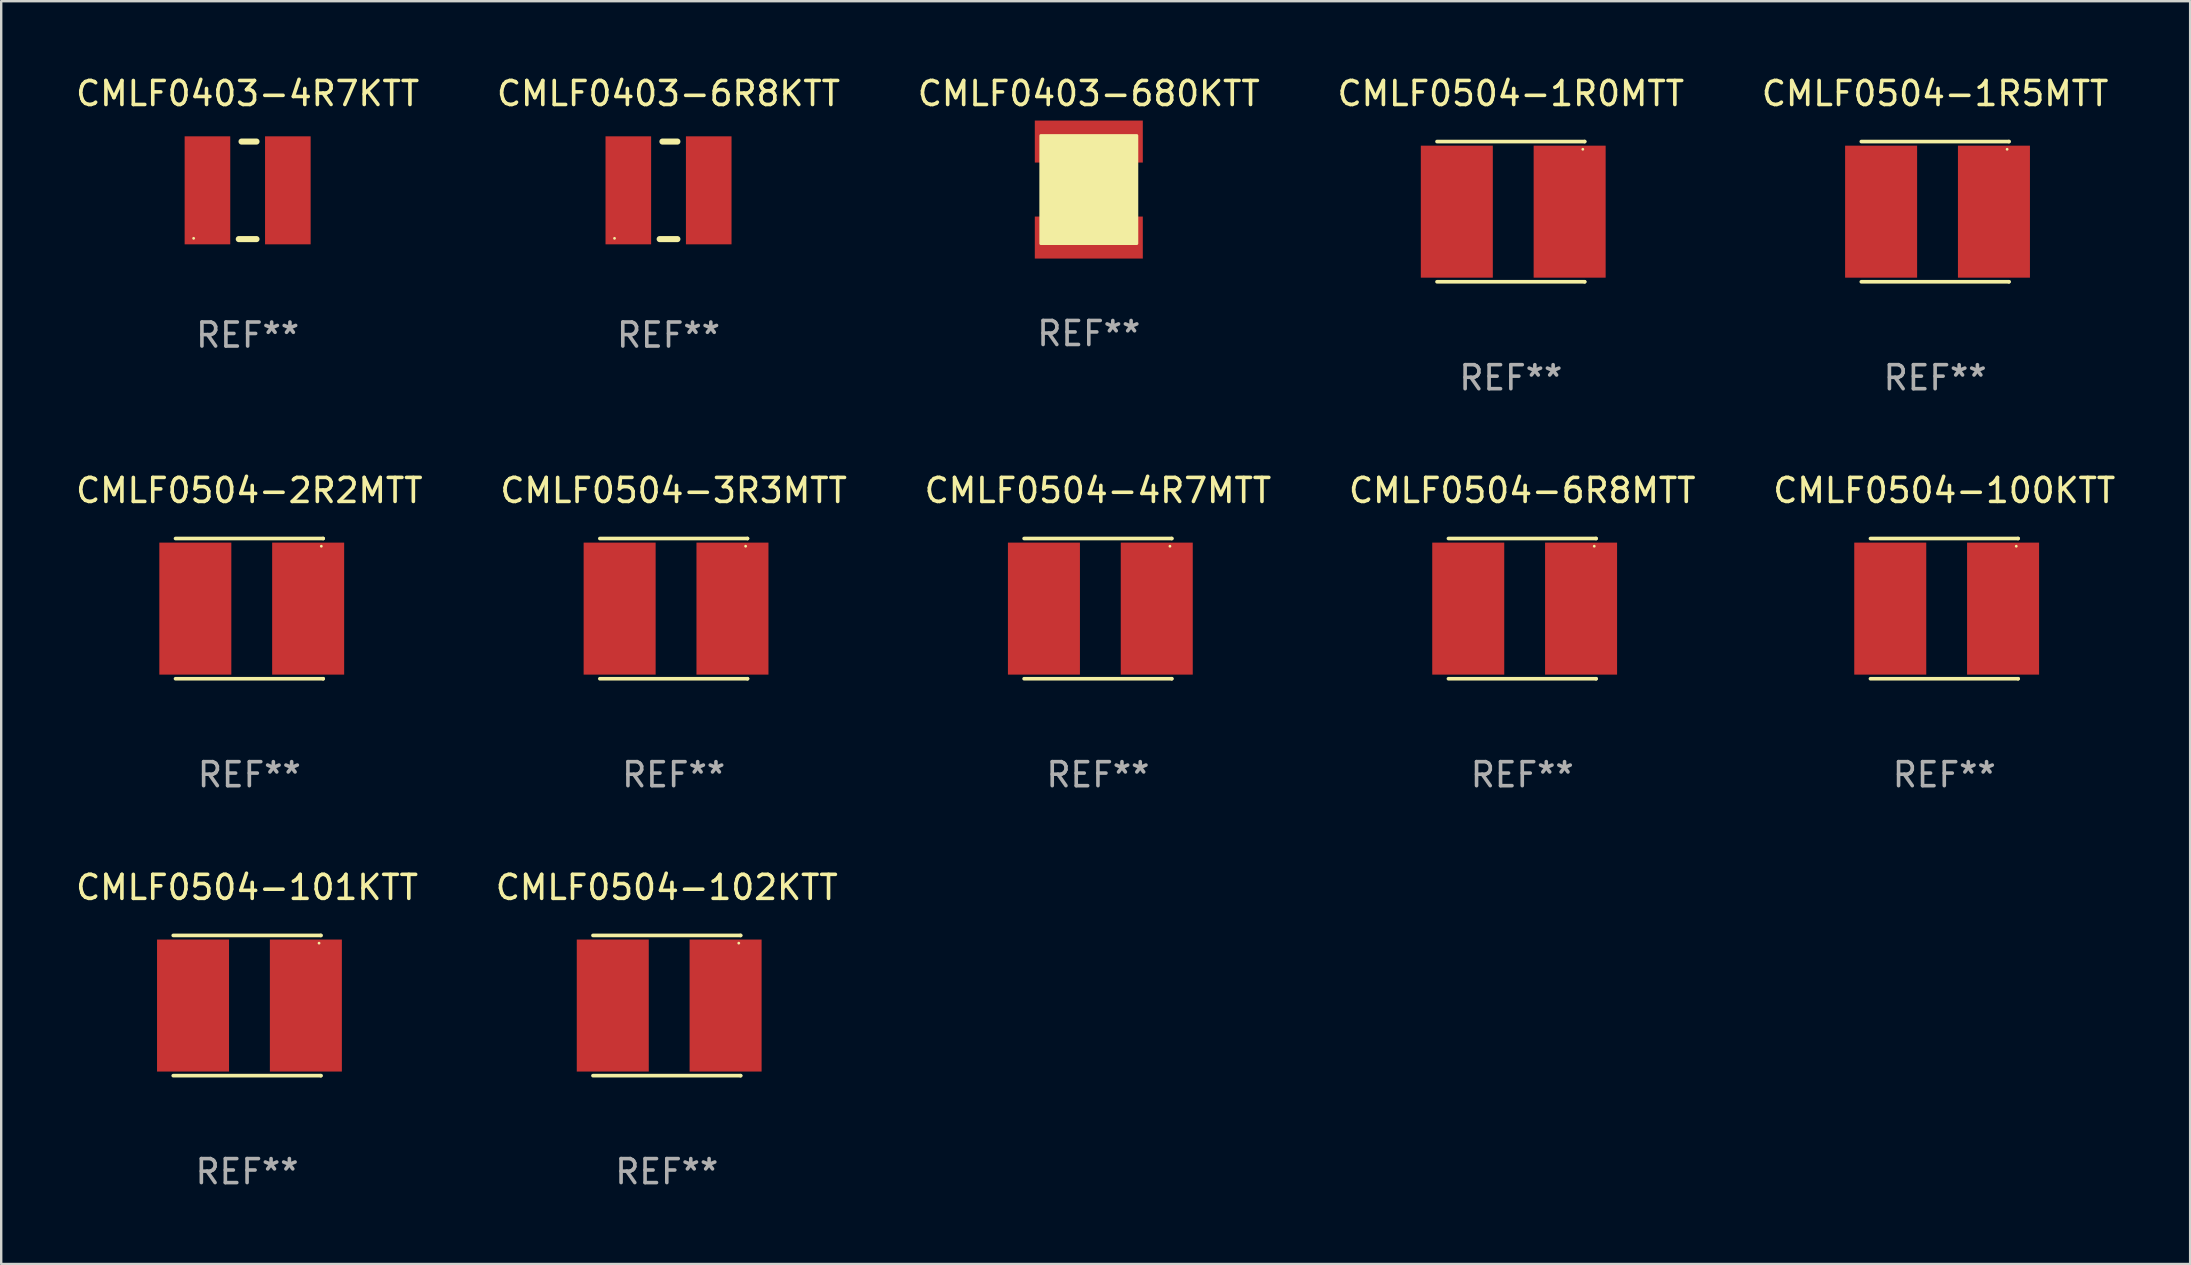
<source format=kicad_pcb>
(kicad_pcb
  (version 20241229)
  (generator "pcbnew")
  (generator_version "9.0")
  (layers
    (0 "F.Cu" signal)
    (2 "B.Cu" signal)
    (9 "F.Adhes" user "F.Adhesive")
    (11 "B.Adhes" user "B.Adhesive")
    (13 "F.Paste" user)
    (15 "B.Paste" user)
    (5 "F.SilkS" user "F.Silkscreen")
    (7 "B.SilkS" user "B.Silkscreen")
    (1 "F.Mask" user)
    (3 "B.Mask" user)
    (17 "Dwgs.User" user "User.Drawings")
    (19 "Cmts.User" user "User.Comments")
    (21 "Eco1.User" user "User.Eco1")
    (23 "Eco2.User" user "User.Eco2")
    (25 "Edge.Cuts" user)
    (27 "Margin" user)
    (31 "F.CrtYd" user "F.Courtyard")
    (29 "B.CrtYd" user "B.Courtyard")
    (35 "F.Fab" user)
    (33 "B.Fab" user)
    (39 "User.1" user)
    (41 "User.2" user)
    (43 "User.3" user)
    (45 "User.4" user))
  (footprint "CMLF0504-2R2MTT"
    (layer "F.Cu")
    (at 7.339 22.308)
    (property "Reference" "CMLF0504-2R2MTT" (at 0 -4.921 0) (layer "F.SilkS") (effects (font (size 1 1) (thickness 0.15))))
    (attr through_hole)
    (fp_line (start -3.076 2.921) (end 3.076 2.921) (stroke (width 0.152) (type solid)) (layer "F.SilkS"))
    (fp_line (start -3.076 -2.921) (end 3.076 -2.921) (stroke (width 0.152) (type solid)) (layer "F.SilkS"))
    (fp_line (start 3.076 2.921) (end 3.076 2.921) (stroke (width 0.152) (type solid)) (layer "F.SilkS"))
    (fp_line (start 3.076 -2.921) (end 3.076 -2.921) (stroke (width 0.152) (type solid)) (layer "F.SilkS"))
    (fp_circle (center 2.999 -2.6) (end 3.029 -2.6) (stroke (width 0.06) (type solid)) (fill no) (layer "F.SilkS"))
    (fp_text user "REF**" (at 0 6.921 0) (layer "F.Fab") (effects (font (size 1 1) (thickness 0.15))))
    (pad "1" smd rect (at 2.45 -0.000013) (size 3 5.5) (layers "F.Cu" "F.Mask" "F.Paste"))
    (pad "2" smd rect (at -2.251 -0.000013) (size 3 5.5) (layers "F.Cu" "F.Mask" "F.Paste")))
  (footprint "CMLF0504-102KTT"
    (layer "F.Cu")
    (at 24.732 38.846)
    (property "Reference" "CMLF0504-102KTT" (at 0 -4.921 0) (layer "F.SilkS") (effects (font (size 1 1) (thickness 0.15))))
    (attr through_hole)
    (fp_line (start -3.076 2.921) (end 3.076 2.921) (stroke (width 0.152) (type solid)) (layer "F.SilkS"))
    (fp_line (start -3.076 -2.921) (end 3.076 -2.921) (stroke (width 0.152) (type solid)) (layer "F.SilkS"))
    (fp_line (start 3.076 2.921) (end 3.076 2.921) (stroke (width 0.152) (type solid)) (layer "F.SilkS"))
    (fp_line (start 3.076 -2.921) (end 3.076 -2.921) (stroke (width 0.152) (type solid)) (layer "F.SilkS"))
    (fp_circle (center 2.999 -2.6) (end 3.029 -2.6) (stroke (width 0.06) (type solid)) (fill no) (layer "F.SilkS"))
    (fp_text user "REF**" (at 0 6.921 0) (layer "F.Fab") (effects (font (size 1 1) (thickness 0.15))))
    (pad "1" smd rect (at 2.45 -0.000013) (size 3 5.5) (layers "F.Cu" "F.Mask" "F.Paste"))
    (pad "2" smd rect (at -2.251 -0.000013) (size 3 5.5) (layers "F.Cu" "F.Mask" "F.Paste")))
  (footprint "CMLF0403-4R7KTT"
    (layer "F.Cu")
    (at 7.268 4.88)
    (property "Reference" "CMLF0403-4R7KTT" (at 0 -4.032 0) (layer "F.SilkS") (effects (font (size 1 1) (thickness 0.15))))
    (attr through_hole)
    (fp_line (start -0.369 2.032) (end 0.369 2.032) (stroke (width 0.254) (type solid)) (layer "F.SilkS"))
    (fp_line (start -0.254 -2.032) (end 0.369 -2.032) (stroke (width 0.254) (type solid)) (layer "F.SilkS"))
    (fp_circle (center -2.25 2) (end -2.22 2) (stroke (width 0.06) (type solid)) (fill no) (layer "F.SilkS"))
    (fp_text user "REF**" (at 0 6.032 0) (layer "F.Fab") (effects (font (size 1 1) (thickness 0.15))))
    (pad "1" smd rect (at -1.675 0 90) (size 4.5 1.9) (layers "F.Cu" "F.Mask" "F.Paste"))
    (pad "2" smd rect (at 1.675 0 90) (size 4.5 1.9) (layers "F.Cu" "F.Mask" "F.Paste")))
  (footprint "CMLF0504-6R8MTT"
    (layer "F.Cu")
    (at 60.375 22.308)
    (property "Reference" "CMLF0504-6R8MTT" (at 0 -4.921 0) (layer "F.SilkS") (effects (font (size 1 1) (thickness 0.15))))
    (attr through_hole)
    (fp_line (start -3.076 2.921) (end 3.076 2.921) (stroke (width 0.152) (type solid)) (layer "F.SilkS"))
    (fp_line (start -3.076 -2.921) (end 3.076 -2.921) (stroke (width 0.152) (type solid)) (layer "F.SilkS"))
    (fp_line (start 3.076 2.921) (end 3.076 2.921) (stroke (width 0.152) (type solid)) (layer "F.SilkS"))
    (fp_line (start 3.076 -2.921) (end 3.076 -2.921) (stroke (width 0.152) (type solid)) (layer "F.SilkS"))
    (fp_circle (center 2.999 -2.6) (end 3.029 -2.6) (stroke (width 0.06) (type solid)) (fill no) (layer "F.SilkS"))
    (fp_text user "REF**" (at 0 6.921 0) (layer "F.Fab") (effects (font (size 1 1) (thickness 0.15))))
    (pad "1" smd rect (at 2.45 -0.000013) (size 3 5.5) (layers "F.Cu" "F.Mask" "F.Paste"))
    (pad "2" smd rect (at -2.251 -0.000013) (size 3 5.5) (layers "F.Cu" "F.Mask" "F.Paste")))
  (footprint "CMLF0504-101KTT"
    (layer "F.Cu")
    (at 7.244 38.846)
    (property "Reference" "CMLF0504-101KTT" (at 0 -4.921 0) (layer "F.SilkS") (effects (font (size 1 1) (thickness 0.15))))
    (attr through_hole)
    (fp_line (start -3.076 2.921) (end 3.076 2.921) (stroke (width 0.152) (type solid)) (layer "F.SilkS"))
    (fp_line (start -3.076 -2.921) (end 3.076 -2.921) (stroke (width 0.152) (type solid)) (layer "F.SilkS"))
    (fp_line (start 3.076 2.921) (end 3.076 2.921) (stroke (width 0.152) (type solid)) (layer "F.SilkS"))
    (fp_line (start 3.076 -2.921) (end 3.076 -2.921) (stroke (width 0.152) (type solid)) (layer "F.SilkS"))
    (fp_circle (center 2.999 -2.6) (end 3.029 -2.6) (stroke (width 0.06) (type solid)) (fill no) (layer "F.SilkS"))
    (fp_text user "REF**" (at 0 6.921 0) (layer "F.Fab") (effects (font (size 1 1) (thickness 0.15))))
    (pad "1" smd rect (at 2.45 -0.000013) (size 3 5.5) (layers "F.Cu" "F.Mask" "F.Paste"))
    (pad "2" smd rect (at -2.251 -0.000013) (size 3 5.5) (layers "F.Cu" "F.Mask" "F.Paste")))
  (footprint "CMLF0504-100KTT"
    (layer "F.Cu")
    (at 77.958 22.308)
    (property "Reference" "CMLF0504-100KTT" (at 0 -4.921 0) (layer "F.SilkS") (effects (font (size 1 1) (thickness 0.15))))
    (attr through_hole)
    (fp_line (start -3.076 2.921) (end 3.076 2.921) (stroke (width 0.152) (type solid)) (layer "F.SilkS"))
    (fp_line (start -3.076 -2.921) (end 3.076 -2.921) (stroke (width 0.152) (type solid)) (layer "F.SilkS"))
    (fp_line (start 3.076 2.921) (end 3.076 2.921) (stroke (width 0.152) (type solid)) (layer "F.SilkS"))
    (fp_line (start 3.076 -2.921) (end 3.076 -2.921) (stroke (width 0.152) (type solid)) (layer "F.SilkS"))
    (fp_circle (center 2.999 -2.6) (end 3.029 -2.6) (stroke (width 0.06) (type solid)) (fill no) (layer "F.SilkS"))
    (fp_text user "REF**" (at 0 6.921 0) (layer "F.Fab") (effects (font (size 1 1) (thickness 0.15))))
    (pad "1" smd rect (at 2.45 -0.000013) (size 3 5.5) (layers "F.Cu" "F.Mask" "F.Paste"))
    (pad "2" smd rect (at -2.251 -0.000013) (size 3 5.5) (layers "F.Cu" "F.Mask" "F.Paste")))
  (footprint "CMLF0504-4R7MTT"
    (layer "F.Cu")
    (at 42.696 22.308)
    (property "Reference" "CMLF0504-4R7MTT" (at 0 -4.921 0) (layer "F.SilkS") (effects (font (size 1 1) (thickness 0.15))))
    (attr through_hole)
    (fp_line (start -3.076 2.921) (end 3.076 2.921) (stroke (width 0.152) (type solid)) (layer "F.SilkS"))
    (fp_line (start -3.076 -2.921) (end 3.076 -2.921) (stroke (width 0.152) (type solid)) (layer "F.SilkS"))
    (fp_line (start 3.076 2.921) (end 3.076 2.921) (stroke (width 0.152) (type solid)) (layer "F.SilkS"))
    (fp_line (start 3.076 -2.921) (end 3.076 -2.921) (stroke (width 0.152) (type solid)) (layer "F.SilkS"))
    (fp_circle (center 2.999 -2.6) (end 3.029 -2.6) (stroke (width 0.06) (type solid)) (fill no) (layer "F.SilkS"))
    (fp_text user "REF**" (at 0 6.921 0) (layer "F.Fab") (effects (font (size 1 1) (thickness 0.15))))
    (pad "1" smd rect (at 2.45 -0.000013) (size 3 5.5) (layers "F.Cu" "F.Mask" "F.Paste"))
    (pad "2" smd rect (at -2.251 -0.000013) (size 3 5.5) (layers "F.Cu" "F.Mask" "F.Paste")))
  (footprint "CMLF0403-680KTT"
    (layer "F.Cu")
    (at 42.315 4.848)
    (property "Reference" "CMLF0403-680KTT" (at 0 -4 0) (layer "F.SilkS") (effects (font (size 1 1) (thickness 0.15))))
    (attr through_hole)
    (fp_poly (pts (xy -2 -2.25) (xy 2 -2.25) (xy 2 2.25) (xy -2 2.25)) (stroke (width 0.12) (type solid)) (fill yes) (layer "F.SilkS"))
    (fp_text user "REF**" (at 0 6 0) (layer "F.Fab") (effects (font (size 1 1) (thickness 0.15))))
    (pad "1" smd rect (at 0 2 90) (size 1.75 4.5) (layers "F.Cu" "F.Mask" "F.Paste"))
    (pad "2" smd rect (at 0 -2 90) (size 1.75 4.5) (layers "F.Cu" "F.Mask" "F.Paste")))
  (footprint "CMLF0504-3R3MTT"
    (layer "F.Cu")
    (at 25.018 22.308)
    (property "Reference" "CMLF0504-3R3MTT" (at 0 -4.921 0) (layer "F.SilkS") (effects (font (size 1 1) (thickness 0.15))))
    (attr through_hole)
    (fp_line (start -3.076 2.921) (end 3.076 2.921) (stroke (width 0.152) (type solid)) (layer "F.SilkS"))
    (fp_line (start -3.076 -2.921) (end 3.076 -2.921) (stroke (width 0.152) (type solid)) (layer "F.SilkS"))
    (fp_line (start 3.076 2.921) (end 3.076 2.921) (stroke (width 0.152) (type solid)) (layer "F.SilkS"))
    (fp_line (start 3.076 -2.921) (end 3.076 -2.921) (stroke (width 0.152) (type solid)) (layer "F.SilkS"))
    (fp_circle (center 2.999 -2.6) (end 3.029 -2.6) (stroke (width 0.06) (type solid)) (fill no) (layer "F.SilkS"))
    (fp_text user "REF**" (at 0 6.921 0) (layer "F.Fab") (effects (font (size 1 1) (thickness 0.15))))
    (pad "1" smd rect (at 2.45 -0.000013) (size 3 5.5) (layers "F.Cu" "F.Mask" "F.Paste"))
    (pad "2" smd rect (at -2.251 -0.000013) (size 3 5.5) (layers "F.Cu" "F.Mask" "F.Paste")))
  (footprint "CMLF0504-1R0MTT"
    (layer "F.Cu")
    (at 59.899 5.769)
    (property "Reference" "CMLF0504-1R0MTT" (at 0 -4.921 0) (layer "F.SilkS") (effects (font (size 1 1) (thickness 0.15))))
    (attr through_hole)
    (fp_line (start -3.076 2.921) (end 3.076 2.921) (stroke (width 0.152) (type solid)) (layer "F.SilkS"))
    (fp_line (start -3.076 -2.921) (end 3.076 -2.921) (stroke (width 0.152) (type solid)) (layer "F.SilkS"))
    (fp_line (start 3.076 2.921) (end 3.076 2.921) (stroke (width 0.152) (type solid)) (layer "F.SilkS"))
    (fp_line (start 3.076 -2.921) (end 3.076 -2.921) (stroke (width 0.152) (type solid)) (layer "F.SilkS"))
    (fp_circle (center 2.999 -2.6) (end 3.029 -2.6) (stroke (width 0.06) (type solid)) (fill no) (layer "F.SilkS"))
    (fp_text user "REF**" (at 0 6.921 0) (layer "F.Fab") (effects (font (size 1 1) (thickness 0.15))))
    (pad "1" smd rect (at 2.45 -0.000013) (size 3 5.5) (layers "F.Cu" "F.Mask" "F.Paste"))
    (pad "2" smd rect (at -2.251 -0.000013) (size 3 5.5) (layers "F.Cu" "F.Mask" "F.Paste")))
  (footprint "CMLF0504-1R5MTT"
    (layer "F.Cu")
    (at 77.577 5.769)
    (property "Reference" "CMLF0504-1R5MTT" (at 0 -4.921 0) (layer "F.SilkS") (effects (font (size 1 1) (thickness 0.15))))
    (attr through_hole)
    (fp_line (start -3.076 2.921) (end 3.076 2.921) (stroke (width 0.152) (type solid)) (layer "F.SilkS"))
    (fp_line (start -3.076 -2.921) (end 3.076 -2.921) (stroke (width 0.152) (type solid)) (layer "F.SilkS"))
    (fp_line (start 3.076 2.921) (end 3.076 2.921) (stroke (width 0.152) (type solid)) (layer "F.SilkS"))
    (fp_line (start 3.076 -2.921) (end 3.076 -2.921) (stroke (width 0.152) (type solid)) (layer "F.SilkS"))
    (fp_circle (center 2.999 -2.6) (end 3.029 -2.6) (stroke (width 0.06) (type solid)) (fill no) (layer "F.SilkS"))
    (fp_text user "REF**" (at 0 6.921 0) (layer "F.Fab") (effects (font (size 1 1) (thickness 0.15))))
    (pad "1" smd rect (at 2.45 -0.000013) (size 3 5.5) (layers "F.Cu" "F.Mask" "F.Paste"))
    (pad "2" smd rect (at -2.251 -0.000013) (size 3 5.5) (layers "F.Cu" "F.Mask" "F.Paste")))
  (footprint "CMLF0403-6R8KTT"
    (layer "F.Cu")
    (at 24.804 4.88)
    (property "Reference" "CMLF0403-6R8KTT" (at 0 -4.032 0) (layer "F.SilkS") (effects (font (size 1 1) (thickness 0.15))))
    (attr through_hole)
    (fp_line (start -0.369 2.032) (end 0.369 2.032) (stroke (width 0.254) (type solid)) (layer "F.SilkS"))
    (fp_line (start -0.254 -2.032) (end 0.369 -2.032) (stroke (width 0.254) (type solid)) (layer "F.SilkS"))
    (fp_circle (center -2.25 2) (end -2.22 2) (stroke (width 0.06) (type solid)) (fill no) (layer "F.SilkS"))
    (fp_text user "REF**" (at 0 6.032 0) (layer "F.Fab") (effects (font (size 1 1) (thickness 0.15))))
    (pad "1" smd rect (at -1.675 0 90) (size 4.5 1.9) (layers "F.Cu" "F.Mask" "F.Paste"))
    (pad "2" smd rect (at 1.675 0 90) (size 4.5 1.9) (layers "F.Cu" "F.Mask" "F.Paste")))
  (gr_rect
    (start -3 -3)
    (end 88.202 49.615)
    (stroke (width 0.1) (type default))
    (fill no)
    (layer "Edge.Cuts")))
</source>
